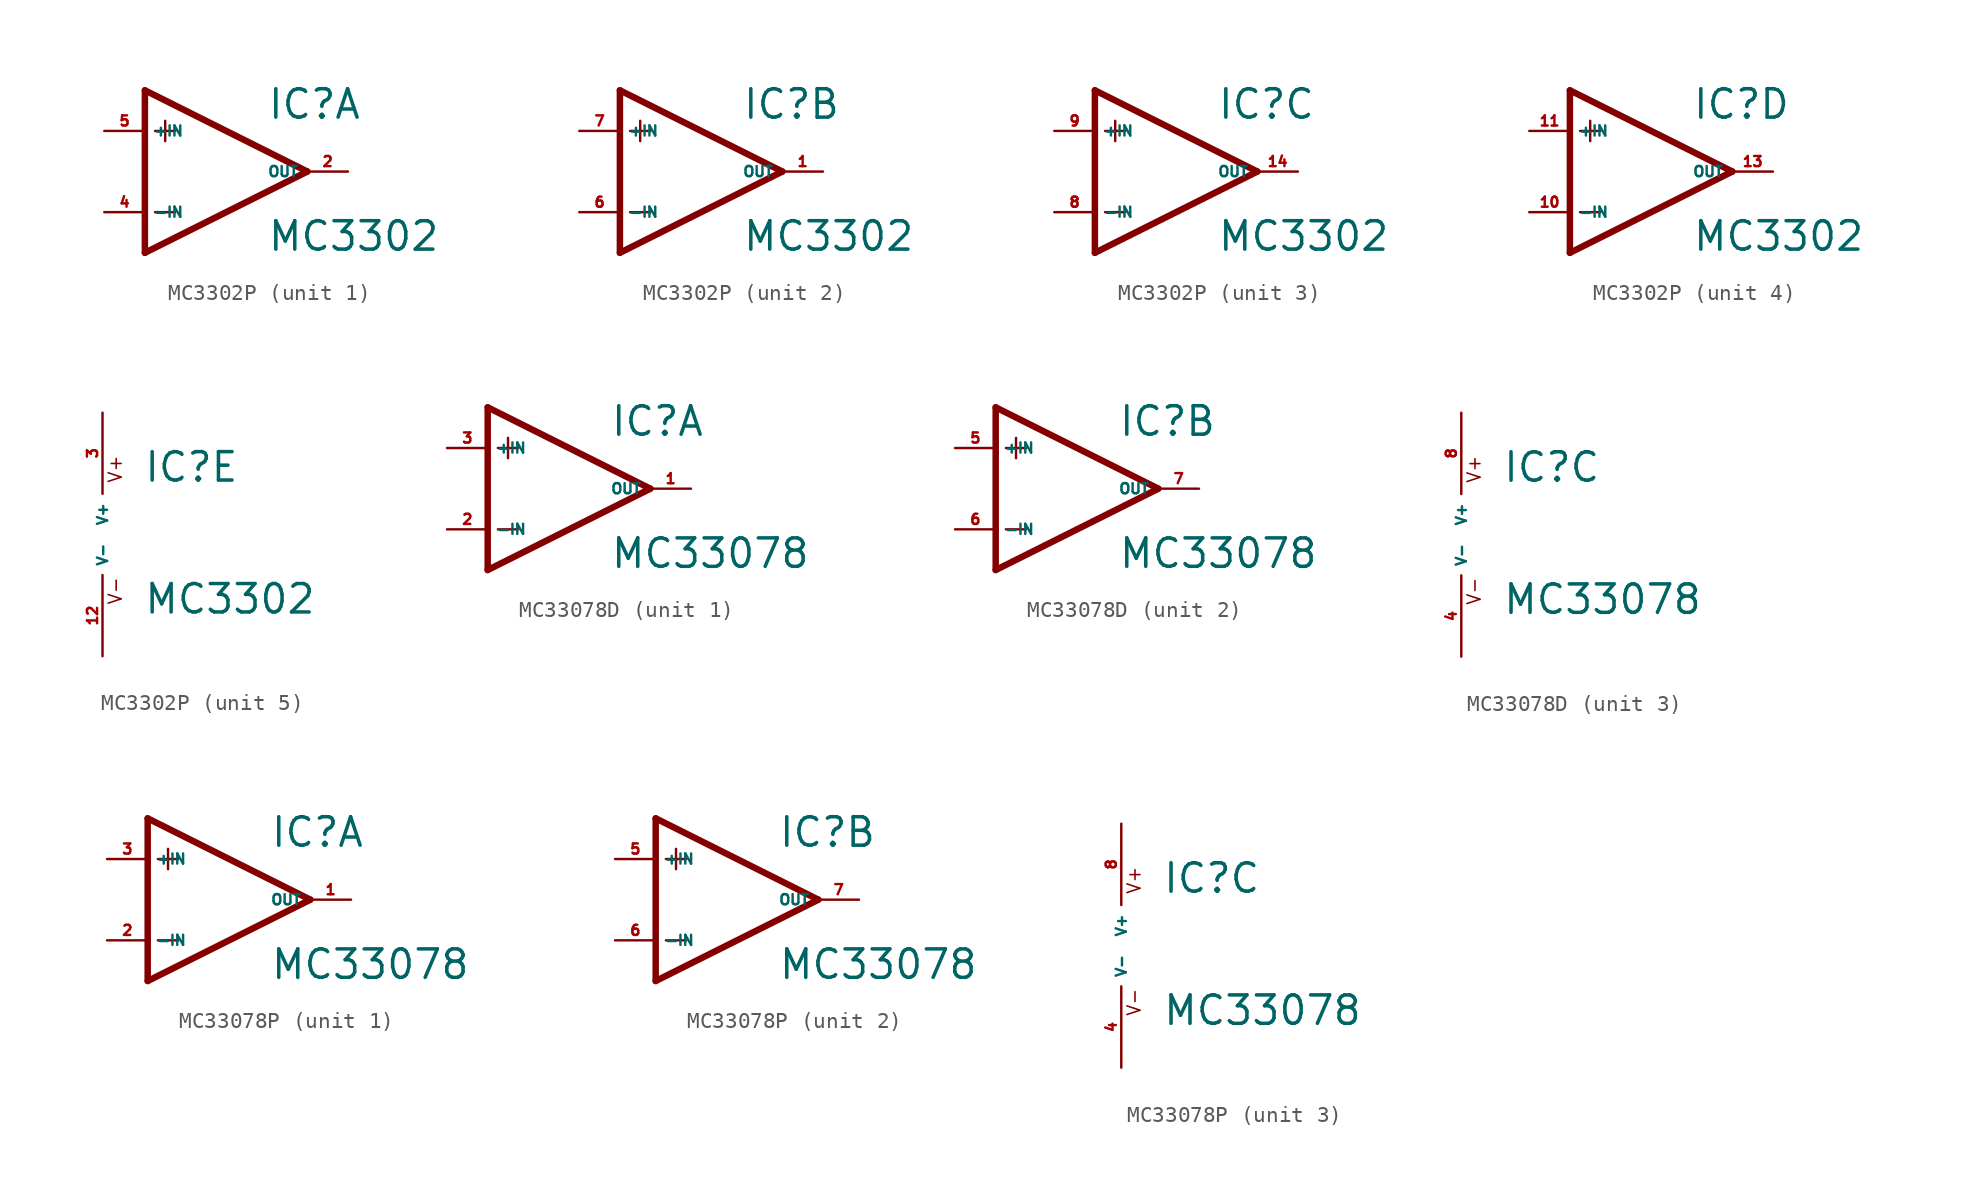
<source format=kicad_sym>
(kicad_symbol_lib
  (version 20220914)
  (generator Eagle2Kicad)
  (symbol "MC3302P"
    (property "Reference" "IC"
      (at 2.54 3.175 0)
      (effects (font (size 1.778 1.778) (thickness 0.22)) (justify left bottom)))
    (property "Value" "MC3302"
      (at 2.54 -5.08 0)
      (effects (font (size 1.778 1.778) (thickness 0.22)) (justify left bottom)))
    (symbol "MC3302P_1_0"
      (polyline (pts (xy -5.08 5.08) (xy -5.08 -5.08)) (stroke (width 0.406) (type default)) (fill (type none)))
      (polyline (pts (xy -5.08 -5.08) (xy 5.08 0)) (stroke (width 0.406) (type default)) (fill (type none)))
      (polyline (pts (xy 5.08 0) (xy -5.08 5.08)) (stroke (width 0.406) (type default)) (fill (type none)))
      (polyline (pts (xy -3.81 3.175) (xy -3.81 1.905)) (stroke (width 0.152) (type default)) (fill (type none)))
      (polyline (pts (xy -4.445 2.54) (xy -3.175 2.54)) (stroke (width 0.152) (type default)) (fill (type none)))
      (polyline (pts (xy -4.445 -2.54) (xy -3.175 -2.54)) (stroke (width 0.152) (type default)) (fill (type none)))
      (pin input line (at -7.62 -2.54 0) (length 2.54) (name "-IN" (effects (font (size 0.635 0.635) (thickness 0.08)) (justify left bottom))) (number "4" (effects (font (size 0.635 0.635) (thickness 0.08)) (justify left bottom))))
      (pin input line (at -7.62 2.54 0) (length 2.54) (name "+IN" (effects (font (size 0.635 0.635) (thickness 0.08)) (justify left bottom))) (number "5" (effects (font (size 0.635 0.635) (thickness 0.08)) (justify left bottom))))
      (pin output line (at 7.62 0 180) (length 2.54) (name "OUT" (effects (font (size 0.635 0.635) (thickness 0.08)) (justify left bottom))) (number "2" (effects (font (size 0.635 0.635) (thickness 0.08)) (justify left bottom)))))
    (symbol "MC3302P_2_0"
      (polyline (pts (xy -5.08 5.08) (xy -5.08 -5.08)) (stroke (width 0.406) (type default)) (fill (type none)))
      (polyline (pts (xy -5.08 -5.08) (xy 5.08 0)) (stroke (width 0.406) (type default)) (fill (type none)))
      (polyline (pts (xy 5.08 0) (xy -5.08 5.08)) (stroke (width 0.406) (type default)) (fill (type none)))
      (polyline (pts (xy -3.81 3.175) (xy -3.81 1.905)) (stroke (width 0.152) (type default)) (fill (type none)))
      (polyline (pts (xy -4.445 2.54) (xy -3.175 2.54)) (stroke (width 0.152) (type default)) (fill (type none)))
      (polyline (pts (xy -4.445 -2.54) (xy -3.175 -2.54)) (stroke (width 0.152) (type default)) (fill (type none)))
      (pin input line (at -7.62 -2.54 0) (length 2.54) (name "-IN" (effects (font (size 0.635 0.635) (thickness 0.08)) (justify left bottom))) (number "6" (effects (font (size 0.635 0.635) (thickness 0.08)) (justify left bottom))))
      (pin input line (at -7.62 2.54 0) (length 2.54) (name "+IN" (effects (font (size 0.635 0.635) (thickness 0.08)) (justify left bottom))) (number "7" (effects (font (size 0.635 0.635) (thickness 0.08)) (justify left bottom))))
      (pin output line (at 7.62 0 180) (length 2.54) (name "OUT" (effects (font (size 0.635 0.635) (thickness 0.08)) (justify left bottom))) (number "1" (effects (font (size 0.635 0.635) (thickness 0.08)) (justify left bottom)))))
    (symbol "MC3302P_3_0"
      (polyline (pts (xy -5.08 5.08) (xy -5.08 -5.08)) (stroke (width 0.406) (type default)) (fill (type none)))
      (polyline (pts (xy -5.08 -5.08) (xy 5.08 0)) (stroke (width 0.406) (type default)) (fill (type none)))
      (polyline (pts (xy 5.08 0) (xy -5.08 5.08)) (stroke (width 0.406) (type default)) (fill (type none)))
      (polyline (pts (xy -3.81 3.175) (xy -3.81 1.905)) (stroke (width 0.152) (type default)) (fill (type none)))
      (polyline (pts (xy -4.445 2.54) (xy -3.175 2.54)) (stroke (width 0.152) (type default)) (fill (type none)))
      (polyline (pts (xy -4.445 -2.54) (xy -3.175 -2.54)) (stroke (width 0.152) (type default)) (fill (type none)))
      (pin input line (at -7.62 -2.54 0) (length 2.54) (name "-IN" (effects (font (size 0.635 0.635) (thickness 0.08)) (justify left bottom))) (number "8" (effects (font (size 0.635 0.635) (thickness 0.08)) (justify left bottom))))
      (pin input line (at -7.62 2.54 0) (length 2.54) (name "+IN" (effects (font (size 0.635 0.635) (thickness 0.08)) (justify left bottom))) (number "9" (effects (font (size 0.635 0.635) (thickness 0.08)) (justify left bottom))))
      (pin output line (at 7.62 0 180) (length 2.54) (name "OUT" (effects (font (size 0.635 0.635) (thickness 0.08)) (justify left bottom))) (number "14" (effects (font (size 0.635 0.635) (thickness 0.08)) (justify left bottom)))))
    (symbol "MC3302P_4_0"
      (polyline (pts (xy -5.08 5.08) (xy -5.08 -5.08)) (stroke (width 0.406) (type default)) (fill (type none)))
      (polyline (pts (xy -5.08 -5.08) (xy 5.08 0)) (stroke (width 0.406) (type default)) (fill (type none)))
      (polyline (pts (xy 5.08 0) (xy -5.08 5.08)) (stroke (width 0.406) (type default)) (fill (type none)))
      (polyline (pts (xy -3.81 3.175) (xy -3.81 1.905)) (stroke (width 0.152) (type default)) (fill (type none)))
      (polyline (pts (xy -4.445 2.54) (xy -3.175 2.54)) (stroke (width 0.152) (type default)) (fill (type none)))
      (polyline (pts (xy -4.445 -2.54) (xy -3.175 -2.54)) (stroke (width 0.152) (type default)) (fill (type none)))
      (pin input line (at -7.62 -2.54 0) (length 2.54) (name "-IN" (effects (font (size 0.635 0.635) (thickness 0.08)) (justify left bottom))) (number "10" (effects (font (size 0.635 0.635) (thickness 0.08)) (justify left bottom))))
      (pin input line (at -7.62 2.54 0) (length 2.54) (name "+IN" (effects (font (size 0.635 0.635) (thickness 0.08)) (justify left bottom))) (number "11" (effects (font (size 0.635 0.635) (thickness 0.08)) (justify left bottom))))
      (pin output line (at 7.62 0 180) (length 2.54) (name "OUT" (effects (font (size 0.635 0.635) (thickness 0.08)) (justify left bottom))) (number "13" (effects (font (size 0.635 0.635) (thickness 0.08)) (justify left bottom)))))
    (symbol "MC3302P_5_0"
      (text "V+" (at 1.27 3.175 900) (effects (font (size 0.813 0.813) (thickness 0.10)) (justify left bottom)))
      (text "V-" (at 1.27 -4.445 900) (effects (font (size 0.813 0.813) (thickness 0.10)) (justify left bottom)))
      (pin unspecified line (at 0 7.62 270) (length 5.08) (name "V+" (effects (font (size 0.635 0.635) (thickness 0.08)) (justify left bottom))) (number "3" (effects (font (size 0.635 0.635) (thickness 0.08)) (justify left bottom))))
      (pin unspecified line (at 0 -7.62 90) (length 5.08) (name "V-" (effects (font (size 0.635 0.635) (thickness 0.08)) (justify left bottom))) (number "12" (effects (font (size 0.635 0.635) (thickness 0.08)) (justify left bottom))))))
  (symbol "MC33078D"
    (property "Reference" "IC"
      (at 2.54 3.175 0)
      (effects (font (size 1.778 1.778) (thickness 0.22)) (justify left bottom)))
    (property "Value" "MC33078"
      (at 2.54 -5.08 0)
      (effects (font (size 1.778 1.778) (thickness 0.22)) (justify left bottom)))
    (symbol "MC33078D_1_0"
      (polyline (pts (xy -5.08 5.08) (xy -5.08 -5.08)) (stroke (width 0.406) (type default)) (fill (type none)))
      (polyline (pts (xy -5.08 -5.08) (xy 5.08 0)) (stroke (width 0.406) (type default)) (fill (type none)))
      (polyline (pts (xy 5.08 0) (xy -5.08 5.08)) (stroke (width 0.406) (type default)) (fill (type none)))
      (polyline (pts (xy -3.81 3.175) (xy -3.81 1.905)) (stroke (width 0.152) (type default)) (fill (type none)))
      (polyline (pts (xy -4.445 2.54) (xy -3.175 2.54)) (stroke (width 0.152) (type default)) (fill (type none)))
      (polyline (pts (xy -4.445 -2.54) (xy -3.175 -2.54)) (stroke (width 0.152) (type default)) (fill (type none)))
      (pin input line (at -7.62 -2.54 0) (length 2.54) (name "-IN" (effects (font (size 0.635 0.635) (thickness 0.08)) (justify left bottom))) (number "2" (effects (font (size 0.635 0.635) (thickness 0.08)) (justify left bottom))))
      (pin input line (at -7.62 2.54 0) (length 2.54) (name "+IN" (effects (font (size 0.635 0.635) (thickness 0.08)) (justify left bottom))) (number "3" (effects (font (size 0.635 0.635) (thickness 0.08)) (justify left bottom))))
      (pin output line (at 7.62 0 180) (length 2.54) (name "OUT" (effects (font (size 0.635 0.635) (thickness 0.08)) (justify left bottom))) (number "1" (effects (font (size 0.635 0.635) (thickness 0.08)) (justify left bottom)))))
    (symbol "MC33078D_2_0"
      (polyline (pts (xy -5.08 5.08) (xy -5.08 -5.08)) (stroke (width 0.406) (type default)) (fill (type none)))
      (polyline (pts (xy -5.08 -5.08) (xy 5.08 0)) (stroke (width 0.406) (type default)) (fill (type none)))
      (polyline (pts (xy 5.08 0) (xy -5.08 5.08)) (stroke (width 0.406) (type default)) (fill (type none)))
      (polyline (pts (xy -3.81 3.175) (xy -3.81 1.905)) (stroke (width 0.152) (type default)) (fill (type none)))
      (polyline (pts (xy -4.445 2.54) (xy -3.175 2.54)) (stroke (width 0.152) (type default)) (fill (type none)))
      (polyline (pts (xy -4.445 -2.54) (xy -3.175 -2.54)) (stroke (width 0.152) (type default)) (fill (type none)))
      (pin input line (at -7.62 -2.54 0) (length 2.54) (name "-IN" (effects (font (size 0.635 0.635) (thickness 0.08)) (justify left bottom))) (number "6" (effects (font (size 0.635 0.635) (thickness 0.08)) (justify left bottom))))
      (pin input line (at -7.62 2.54 0) (length 2.54) (name "+IN" (effects (font (size 0.635 0.635) (thickness 0.08)) (justify left bottom))) (number "5" (effects (font (size 0.635 0.635) (thickness 0.08)) (justify left bottom))))
      (pin output line (at 7.62 0 180) (length 2.54) (name "OUT" (effects (font (size 0.635 0.635) (thickness 0.08)) (justify left bottom))) (number "7" (effects (font (size 0.635 0.635) (thickness 0.08)) (justify left bottom)))))
    (symbol "MC33078D_3_0"
      (text "V+" (at 1.27 3.175 900) (effects (font (size 0.813 0.813) (thickness 0.10)) (justify left bottom)))
      (text "V-" (at 1.27 -4.445 900) (effects (font (size 0.813 0.813) (thickness 0.10)) (justify left bottom)))
      (pin unspecified line (at 0 7.62 270) (length 5.08) (name "V+" (effects (font (size 0.635 0.635) (thickness 0.08)) (justify left bottom))) (number "8" (effects (font (size 0.635 0.635) (thickness 0.08)) (justify left bottom))))
      (pin unspecified line (at 0 -7.62 90) (length 5.08) (name "V-" (effects (font (size 0.635 0.635) (thickness 0.08)) (justify left bottom))) (number "4" (effects (font (size 0.635 0.635) (thickness 0.08)) (justify left bottom))))))
  (symbol "MC33078P"
    (property "Reference" "IC"
      (at 2.54 3.175 0)
      (effects (font (size 1.778 1.778) (thickness 0.22)) (justify left bottom)))
    (property "Value" "MC33078"
      (at 2.54 -5.08 0)
      (effects (font (size 1.778 1.778) (thickness 0.22)) (justify left bottom)))
    (symbol "MC33078P_1_0"
      (polyline (pts (xy -5.08 5.08) (xy -5.08 -5.08)) (stroke (width 0.406) (type default)) (fill (type none)))
      (polyline (pts (xy -5.08 -5.08) (xy 5.08 0)) (stroke (width 0.406) (type default)) (fill (type none)))
      (polyline (pts (xy 5.08 0) (xy -5.08 5.08)) (stroke (width 0.406) (type default)) (fill (type none)))
      (polyline (pts (xy -3.81 3.175) (xy -3.81 1.905)) (stroke (width 0.152) (type default)) (fill (type none)))
      (polyline (pts (xy -4.445 2.54) (xy -3.175 2.54)) (stroke (width 0.152) (type default)) (fill (type none)))
      (polyline (pts (xy -4.445 -2.54) (xy -3.175 -2.54)) (stroke (width 0.152) (type default)) (fill (type none)))
      (pin input line (at -7.62 -2.54 0) (length 2.54) (name "-IN" (effects (font (size 0.635 0.635) (thickness 0.08)) (justify left bottom))) (number "2" (effects (font (size 0.635 0.635) (thickness 0.08)) (justify left bottom))))
      (pin input line (at -7.62 2.54 0) (length 2.54) (name "+IN" (effects (font (size 0.635 0.635) (thickness 0.08)) (justify left bottom))) (number "3" (effects (font (size 0.635 0.635) (thickness 0.08)) (justify left bottom))))
      (pin output line (at 7.62 0 180) (length 2.54) (name "OUT" (effects (font (size 0.635 0.635) (thickness 0.08)) (justify left bottom))) (number "1" (effects (font (size 0.635 0.635) (thickness 0.08)) (justify left bottom)))))
    (symbol "MC33078P_2_0"
      (polyline (pts (xy -5.08 5.08) (xy -5.08 -5.08)) (stroke (width 0.406) (type default)) (fill (type none)))
      (polyline (pts (xy -5.08 -5.08) (xy 5.08 0)) (stroke (width 0.406) (type default)) (fill (type none)))
      (polyline (pts (xy 5.08 0) (xy -5.08 5.08)) (stroke (width 0.406) (type default)) (fill (type none)))
      (polyline (pts (xy -3.81 3.175) (xy -3.81 1.905)) (stroke (width 0.152) (type default)) (fill (type none)))
      (polyline (pts (xy -4.445 2.54) (xy -3.175 2.54)) (stroke (width 0.152) (type default)) (fill (type none)))
      (polyline (pts (xy -4.445 -2.54) (xy -3.175 -2.54)) (stroke (width 0.152) (type default)) (fill (type none)))
      (pin input line (at -7.62 -2.54 0) (length 2.54) (name "-IN" (effects (font (size 0.635 0.635) (thickness 0.08)) (justify left bottom))) (number "6" (effects (font (size 0.635 0.635) (thickness 0.08)) (justify left bottom))))
      (pin input line (at -7.62 2.54 0) (length 2.54) (name "+IN" (effects (font (size 0.635 0.635) (thickness 0.08)) (justify left bottom))) (number "5" (effects (font (size 0.635 0.635) (thickness 0.08)) (justify left bottom))))
      (pin output line (at 7.62 0 180) (length 2.54) (name "OUT" (effects (font (size 0.635 0.635) (thickness 0.08)) (justify left bottom))) (number "7" (effects (font (size 0.635 0.635) (thickness 0.08)) (justify left bottom)))))
    (symbol "MC33078P_3_0"
      (text "V+" (at 1.27 3.175 900) (effects (font (size 0.813 0.813) (thickness 0.10)) (justify left bottom)))
      (text "V-" (at 1.27 -4.445 900) (effects (font (size 0.813 0.813) (thickness 0.10)) (justify left bottom)))
      (pin unspecified line (at 0 7.62 270) (length 5.08) (name "V+" (effects (font (size 0.635 0.635) (thickness 0.08)) (justify left bottom))) (number "8" (effects (font (size 0.635 0.635) (thickness 0.08)) (justify left bottom))))
      (pin unspecified line (at 0 -7.62 90) (length 5.08) (name "V-" (effects (font (size 0.635 0.635) (thickness 0.08)) (justify left bottom))) (number "4" (effects (font (size 0.635 0.635) (thickness 0.08)) (justify left bottom)))))))
</source>
